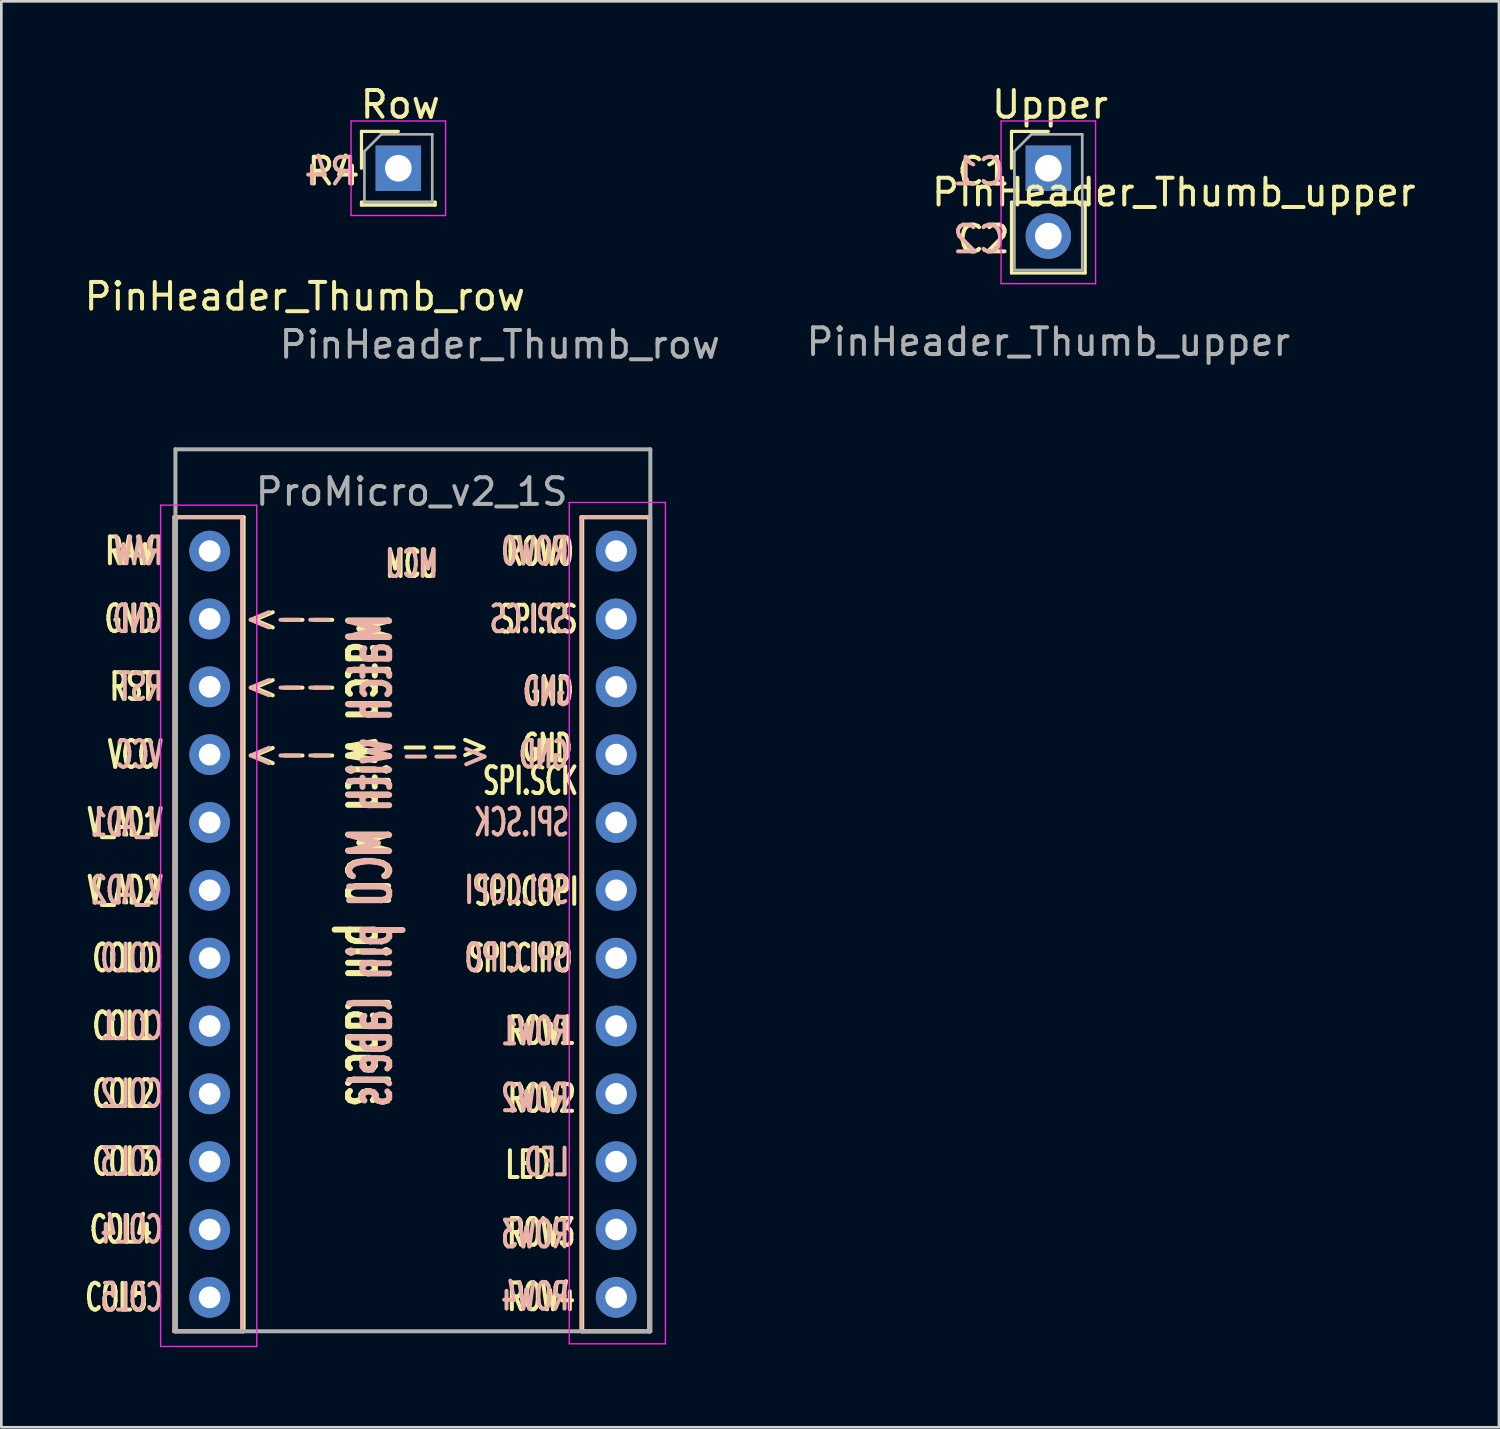
<source format=kicad_pcb>
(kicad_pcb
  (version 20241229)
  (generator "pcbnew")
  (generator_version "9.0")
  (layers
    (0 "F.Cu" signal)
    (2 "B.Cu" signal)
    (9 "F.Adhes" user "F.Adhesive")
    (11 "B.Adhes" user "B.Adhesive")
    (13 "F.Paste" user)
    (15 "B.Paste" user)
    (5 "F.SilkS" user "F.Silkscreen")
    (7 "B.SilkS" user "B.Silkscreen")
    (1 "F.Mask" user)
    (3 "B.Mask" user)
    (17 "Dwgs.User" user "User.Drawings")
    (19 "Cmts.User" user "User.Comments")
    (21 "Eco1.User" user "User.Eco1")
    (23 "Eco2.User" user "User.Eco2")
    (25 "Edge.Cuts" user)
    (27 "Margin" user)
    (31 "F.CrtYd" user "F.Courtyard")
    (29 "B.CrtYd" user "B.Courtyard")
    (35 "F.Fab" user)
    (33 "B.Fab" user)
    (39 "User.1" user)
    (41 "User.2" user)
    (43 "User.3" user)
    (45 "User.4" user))
  (footprint "PinHeader_Thumb_row"
    (layer "F.Cu")
    (at 11.863 3.25)
    (property "Reference" "PinHeader_Thumb_row" (at -3.5 4.8 0) (layer "F.SilkS") (effects (font (size 1 1) (thickness 0.15))))
    (attr through_hole)
    (fp_line (start -1.38 -1.38) (end 0 -1.38) (stroke (width 0.12) (type solid)) (layer "F.SilkS"))
    (fp_line (start -1.38 0) (end -1.38 -1.38) (stroke (width 0.12) (type solid)) (layer "F.SilkS"))
    (fp_line (start -1.38 1.27) (end -1.38 1.38) (stroke (width 0.12) (type solid)) (layer "F.SilkS"))
    (fp_line (start -1.38 1.27) (end 1.38 1.27) (stroke (width 0.12) (type solid)) (layer "F.SilkS"))
    (fp_line (start -1.38 1.38) (end 1.38 1.38) (stroke (width 0.12) (type solid)) (layer "F.SilkS"))
    (fp_line (start 1.38 1.27) (end 1.38 1.38) (stroke (width 0.12) (type solid)) (layer "F.SilkS"))
    (fp_line (start -1.77 -1.77) (end -1.77 1.77) (stroke (width 0.05) (type solid)) (layer "F.CrtYd"))
    (fp_line (start -1.77 1.77) (end 1.77 1.77) (stroke (width 0.05) (type solid)) (layer "F.CrtYd"))
    (fp_line (start 1.77 -1.77) (end -1.77 -1.77) (stroke (width 0.05) (type solid)) (layer "F.CrtYd"))
    (fp_line (start 1.77 1.77) (end 1.77 -1.77) (stroke (width 0.05) (type solid)) (layer "F.CrtYd"))
    (fp_line (start -1.27 -0.635) (end -0.635 -1.27) (stroke (width 0.1) (type solid)) (layer "F.Fab"))
    (fp_line (start -1.27 1.27) (end -1.27 -0.635) (stroke (width 0.1) (type solid)) (layer "F.Fab"))
    (fp_line (start -0.635 -1.27) (end 1.27 -1.27) (stroke (width 0.1) (type solid)) (layer "F.Fab"))
    (fp_line (start 1.27 -1.27) (end 1.27 1.27) (stroke (width 0.1) (type solid)) (layer "F.Fab"))
    (fp_line (start 1.27 1.27) (end -1.27 1.27) (stroke (width 0.1) (type solid)) (layer "F.Fab"))
    (fp_text user "Row" (at -1.5 -1.8 0) (unlocked yes) (layer "F.SilkS") (effects (font (size 1 1) (thickness 0.15)) (justify left bottom)))
    (fp_text user "R4" (at -3.5 0.7 0) (unlocked yes) (layer "F.SilkS") (effects (font (size 1 1) (thickness 0.15)) (justify left bottom)))
    (fp_text user "R4" (at -1.468 0.7 0) (unlocked yes) (layer "B.SilkS") (effects (font (size 1 1) (thickness 0.15)) (justify left bottom mirror)))
    (fp_text user "${REFERENCE}" (at 3.8 6.6 180) (layer "F.Fab") (effects (font (size 1 1) (thickness 0.15))))
    (pad "1" thru_hole rect (at 0 0) (size 1.7 1.7) (drill 1) (layers "*.Cu" "*.Mask")))
  (footprint "PinHeader_Thumb_upper"
    (layer "F.Cu")
    (at 36.199 3.25)
    (property "Reference" "PinHeader_Thumb_upper" (at 4.7 0.9 0) (layer "F.SilkS") (effects (font (size 1 1) (thickness 0.15))))
    (attr through_hole)
    (fp_line (start -1.38 -1.38) (end 0 -1.38) (stroke (width 0.12) (type solid)) (layer "F.SilkS"))
    (fp_line (start -1.38 0) (end -1.38 -1.38) (stroke (width 0.12) (type solid)) (layer "F.SilkS"))
    (fp_line (start -1.38 1.27) (end -1.38 3.92) (stroke (width 0.12) (type solid)) (layer "F.SilkS"))
    (fp_line (start -1.38 1.27) (end 1.38 1.27) (stroke (width 0.12) (type solid)) (layer "F.SilkS"))
    (fp_line (start -1.38 3.92) (end 1.38 3.92) (stroke (width 0.12) (type solid)) (layer "F.SilkS"))
    (fp_line (start 1.38 1.27) (end 1.38 3.92) (stroke (width 0.12) (type solid)) (layer "F.SilkS"))
    (fp_line (start -1.77 -1.77) (end -1.77 4.32) (stroke (width 0.05) (type solid)) (layer "F.CrtYd"))
    (fp_line (start -1.77 4.32) (end 1.77 4.32) (stroke (width 0.05) (type solid)) (layer "F.CrtYd"))
    (fp_line (start 1.77 -1.77) (end -1.77 -1.77) (stroke (width 0.05) (type solid)) (layer "F.CrtYd"))
    (fp_line (start 1.77 4.32) (end 1.77 -1.77) (stroke (width 0.05) (type solid)) (layer "F.CrtYd"))
    (fp_line (start -1.27 -0.635) (end -0.635 -1.27) (stroke (width 0.1) (type solid)) (layer "F.Fab"))
    (fp_line (start -1.27 3.81) (end -1.27 -0.635) (stroke (width 0.1) (type solid)) (layer "F.Fab"))
    (fp_line (start -0.635 -1.27) (end 1.27 -1.27) (stroke (width 0.1) (type solid)) (layer "F.Fab"))
    (fp_line (start 1.27 -1.27) (end 1.27 3.81) (stroke (width 0.1) (type solid)) (layer "F.Fab"))
    (fp_line (start 1.27 3.81) (end -1.27 3.81) (stroke (width 0.1) (type solid)) (layer "F.Fab"))
    (fp_text user "Upper" (at -2.2 -1.8 0) (unlocked yes) (layer "F.SilkS") (effects (font (size 1 1) (thickness 0.15)) (justify left bottom)))
    (fp_text user "C1" (at -3.5 0.7 0) (unlocked yes) (layer "F.SilkS") (effects (font (size 1 1) (thickness 0.15)) (justify left bottom)))
    (fp_text user "C2" (at -3.5 3.24 0) (unlocked yes) (layer "F.SilkS") (effects (font (size 1 1) (thickness 0.15)) (justify left bottom)))
    (fp_text user "C2" (at -1.519 3.24 0) (unlocked yes) (layer "B.SilkS") (effects (font (size 1 1) (thickness 0.15)) (justify left bottom mirror)))
    (fp_text user "C1" (at -1.519 0.7 0) (unlocked yes) (layer "B.SilkS") (effects (font (size 1 1) (thickness 0.15)) (justify left bottom mirror)))
    (fp_text user "${REFERENCE}" (at 0 6.5 180) (layer "F.Fab") (effects (font (size 1 1) (thickness 0.15))))
    (pad "1" thru_hole rect (at 0 0) (size 1.7 1.7) (drill 1) (layers "*.Cu" "*.Mask"))
    (pad "2" thru_hole circle (at 0 2.54) (size 1.7 1.7) (drill 1) (layers "*.Cu" "*.Mask")))
  (footprint "ProMicro_v2_1S"
    (layer "F.Cu")
    (at 12.363 32.061)
    (property "Reference" "ProMicro_v2_1S" (at 0 -16.7 0) (layer "F.Fab") (effects (font (size 1 1) (thickness 0.15))))
    (attr through_hole exclude_from_pos_files)
    (private_layers "User.9")
    (fp_line (start -8.834 -15.748) (end -6.294 -15.748) (stroke (width 0.15) (type solid)) (layer "F.SilkS"))
    (fp_line (start -8.834 14.732) (end -8.834 -15.748) (stroke (width 0.15) (type solid)) (layer "F.SilkS"))
    (fp_line (start -6.294 -15.748) (end -6.294 14.732) (stroke (width 0.15) (type solid)) (layer "F.SilkS"))
    (fp_line (start -6.294 14.732) (end -8.834 14.732) (stroke (width 0.15) (type solid)) (layer "F.SilkS"))
    (fp_line (start 6.386 -15.748) (end 8.926 -15.748) (stroke (width 0.15) (type solid)) (layer "F.SilkS"))
    (fp_line (start 6.386 14.732) (end 6.386 -15.748) (stroke (width 0.15) (type solid)) (layer "F.SilkS"))
    (fp_line (start 8.926 -15.748) (end 8.926 14.732) (stroke (width 0.15) (type solid)) (layer "F.SilkS"))
    (fp_line (start 8.926 14.732) (end 6.386 14.732) (stroke (width 0.15) (type solid)) (layer "F.SilkS"))
    (fp_line (start -8.89 -15.748) (end -6.35 -15.748) (stroke (width 0.15) (type solid)) (layer "B.SilkS"))
    (fp_line (start -8.89 14.732) (end -8.89 -15.748) (stroke (width 0.15) (type solid)) (layer "B.SilkS"))
    (fp_line (start -6.35 -15.748) (end -6.35 14.732) (stroke (width 0.15) (type solid)) (layer "B.SilkS"))
    (fp_line (start -6.35 14.732) (end -8.89 14.732) (stroke (width 0.15) (type solid)) (layer "B.SilkS"))
    (fp_line (start 6.35 -15.748) (end 8.89 -15.748) (stroke (width 0.15) (type solid)) (layer "B.SilkS"))
    (fp_line (start 6.35 14.732) (end 6.35 -15.748) (stroke (width 0.15) (type solid)) (layer "B.SilkS"))
    (fp_line (start 8.89 -15.748) (end 8.89 14.732) (stroke (width 0.15) (type solid)) (layer "B.SilkS"))
    (fp_line (start 8.89 14.732) (end 6.35 14.732) (stroke (width 0.15) (type solid)) (layer "B.SilkS"))
    (fp_line (start -9.139 -14.893) (end -9.138 14.281) (stroke (width 0.12) (type solid)) (layer "B.Adhes"))
    (fp_line (start -8.288 15.131) (end -6.989 15.132) (stroke (width 0.12) (type solid)) (layer "B.Adhes"))
    (fp_line (start -6.99 -15.742) (end -8.289 -15.743) (stroke (width 0.12) (type solid)) (layer "B.Adhes"))
    (fp_line (start -6.14 -14.892) (end -6.139 14.282) (stroke (width 0.12) (type solid)) (layer "B.Adhes"))
    (fp_line (start 6.087 -14.892) (end 6.088 14.282) (stroke (width 0.12) (type solid)) (layer "B.Adhes"))
    (fp_line (start 6.938 15.132) (end 8.237 15.133) (stroke (width 0.12) (type solid)) (layer "B.Adhes"))
    (fp_line (start 8.236 -15.741) (end 6.937 -15.742) (stroke (width 0.12) (type solid)) (layer "B.Adhes"))
    (fp_line (start 9.086 -14.891) (end 9.087 14.283) (stroke (width 0.12) (type solid)) (layer "B.Adhes"))
    (fp_arc (start -9.138959 -14.892959) (mid -8.89 -15.494) (end -8.288959 -15.742959) (stroke (width 0.12) (type solid)) (layer "B.Adhes"))
    (fp_arc (start -8.287918 15.131) (mid -8.888959 14.882041) (end -9.137918 14.281) (stroke (width 0.12) (type solid)) (layer "B.Adhes"))
    (fp_arc (start -6.99 -15.741918) (mid -6.388959 -15.492959) (end -6.14 -14.891918) (stroke (width 0.12) (type solid)) (layer "B.Adhes"))
    (fp_arc (start -6.138959 14.282041) (mid -6.387918 14.883082) (end -6.988959 15.132041) (stroke (width 0.12) (type solid)) (layer "B.Adhes"))
    (fp_arc (start 6.087082 -14.891918) (mid 6.336041 -15.492959) (end 6.937082 -15.741918) (stroke (width 0.12) (type solid)) (layer "B.Adhes"))
    (fp_arc (start 6.938123 15.132041) (mid 6.337062 14.8831) (end 6.088123 14.282041) (stroke (width 0.12) (type solid)) (layer "B.Adhes"))
    (fp_arc (start 8.236041 -15.740877) (mid 8.837086 -15.491923) (end 9.086041 -14.890877) (stroke (width 0.12) (type solid)) (layer "B.Adhes"))
    (fp_arc (start 9.087082 14.283082) (mid 8.838122 14.884122) (end 8.237082 15.133082) (stroke (width 0.12) (type solid)) (layer "B.Adhes"))
    (fp_line (start -9.4 -16.2) (end -5.8 -16.2) (stroke (width 0.05) (type solid)) (layer "F.CrtYd"))
    (fp_line (start -9.4 15.3) (end -9.4 -16.2) (stroke (width 0.05) (type solid)) (layer "F.CrtYd"))
    (fp_line (start -5.8 -16.2) (end -5.8 15.3) (stroke (width 0.05) (type solid)) (layer "F.CrtYd"))
    (fp_line (start -5.8 15.3) (end -9.4 15.3) (stroke (width 0.05) (type solid)) (layer "F.CrtYd"))
    (fp_line (start 5.9 -16.3) (end 9.5 -16.3) (stroke (width 0.05) (type solid)) (layer "F.CrtYd"))
    (fp_line (start 5.9 15.2) (end 5.9 -16.3) (stroke (width 0.05) (type solid)) (layer "F.CrtYd"))
    (fp_line (start 9.5 -16.3) (end 9.5 15.2) (stroke (width 0.05) (type solid)) (layer "F.CrtYd"))
    (fp_line (start 9.5 15.2) (end 5.9 15.2) (stroke (width 0.05) (type solid)) (layer "F.CrtYd"))
    (fp_line (start -8.845 -18.288) (end 8.935 -18.288) (stroke (width 0.15) (type solid)) (layer "F.Fab"))
    (fp_line (start -8.845 14.732) (end -8.845 -18.288) (stroke (width 0.15) (type solid)) (layer "F.Fab"))
    (fp_line (start 8.935 -18.288) (end 8.935 14.732) (stroke (width 0.15) (type solid)) (layer "F.Fab"))
    (fp_line (start 8.935 14.732) (end -8.845 14.732) (stroke (width 0.15) (type solid)) (layer "F.Fab"))
    (fp_text user "LED" (at 4.35 8.5 0) (layer "F.SilkS") (effects (font (size 1 0.6) (thickness 0.15))))
    (fp_text user "GND" (at -10.555 -11.938 0) (layer "F.SilkS") (effects (font (size 1 0.6) (thickness 0.15))))
    (fp_text user "Match with MCU pin labels" (at -1.7 -2.9 270) (unlocked yes) (layer "F.SilkS") (effects (font (size 1.5 0.9) (thickness 0.225))))
    (fp_text user "ROW0" (at 4.8 -14.45 0) (layer "F.SilkS") (effects (font (size 1 0.6) (thickness 0.15))))
    (fp_text user "MCU" (at 0 -14 0) (layer "F.SilkS") (effects (font (size 1 0.6) (thickness 0.15))))
    (fp_text user "V_AD2" (at -10.784 -1.778 0) (layer "F.SilkS") (effects (font (size 1 0.6) (thickness 0.15))))
    (fp_text user "ROW4" (at 4.85 13.45 0) (layer "F.SilkS") (effects (font (size 1 0.6) (thickness 0.15))))
    (fp_text user "COL1" (at -10.784 3.302 0) (layer "F.SilkS") (effects (font (size 1 0.6) (thickness 0.15))))
    (fp_text user "RST" (at -10.455 -9.398 0) (layer "F.SilkS") (effects (font (size 1 0.6) (thickness 0.15))))
    (fp_text user "<--" (at -6.2 -6.898 0) (unlocked yes) (layer "F.SilkS") (effects (font (size 1 0.9) (thickness 0.15)) (justify left)))
    (fp_text user "COL0" (at -10.784 0.762 0) (layer "F.SilkS") (effects (font (size 1 0.6) (thickness 0.15))))
    (fp_text user "COL3" (at -10.784 8.382 0) (layer "F.SilkS") (effects (font (size 1 0.6) (thickness 0.15))))
    (fp_text user "SPI.CIPO" (at 4.064 0.767 0) (layer "F.SilkS") (effects (font (size 1 0.6) (thickness 0.15))))
    (fp_text user "ROW3" (at 4.85 11.037 0) (layer "F.SilkS") (effects (font (size 1 0.6) (thickness 0.15))))
    (fp_text user "ROW1" (at 4.875 3.482 0) (layer "F.SilkS") (effects (font (size 1 0.6) (thickness 0.15))))
    (fp_text user "SPI.SCK" (at 4.45 -5.875 0) (layer "F.SilkS") (effects (font (size 1 0.6) (thickness 0.15))))
    (fp_text user "GND" (at 5.125 -9.25 0) (layer "F.SilkS") (effects (font (size 1 0.6) (thickness 0.15))))
    (fp_text user "GND" (at 5.075 -7.1 0) (layer "F.SilkS") (effects (font (size 1 0.6) (thickness 0.15))))
    (fp_text user "<--" (at -6.2 -9.438 0) (unlocked yes) (layer "F.SilkS") (effects (font (size 1 0.9) (thickness 0.15)) (justify left)))
    (fp_text user "RAW" (at -10.541 -14.478 0) (unlocked yes) (layer "F.SilkS") (effects (font (size 1 0.6) (thickness 0.15))))
    (fp_text user "COL4" (at -10.884 10.922 0) (layer "F.SilkS") (effects (font (size 1 0.6) (thickness 0.15))))
    (fp_text user "COL5" (at -11.055 13.462 0) (layer "F.SilkS") (effects (font (size 1 0.6) (thickness 0.15))))
    (fp_text user "SPI.CS" (at 4.725 -11.925 0) (layer "F.SilkS") (effects (font (size 1 0.6) (thickness 0.15))))
    (fp_text user "VCC" (at -10.498 -6.858 0) (layer "F.SilkS") (effects (font (size 1 0.6) (thickness 0.15))))
    (fp_text user "COL2" (at -10.784 5.842 0) (layer "F.SilkS") (effects (font (size 1 0.6) (thickness 0.15))))
    (fp_text user "<--" (at -6.2 -11.978 0) (unlocked yes) (layer "F.SilkS") (effects (font (size 1 0.9) (thickness 0.15)) (justify left)))
    (fp_text user "V_AD1" (at -10.784 -4.318 0) (layer "F.SilkS") (effects (font (size 1 0.6) (thickness 0.15))))
    (fp_text user "-->" (at 3 -7.2 0) (unlocked yes) (layer "F.SilkS") (effects (font (size 1 0.9) (thickness 0.15)) (justify right)))
    (fp_text user "SPI.COPI" (at 4.3 -1.725 0) (layer "F.SilkS") (effects (font (size 1 0.6) (thickness 0.15))))
    (fp_text user "ROW2" (at 4.875 6.022 0) (layer "F.SilkS") (effects (font (size 1 0.6) (thickness 0.15))))
    (fp_text user "-->" (at -2.8 -11.98 0) (unlocked yes) (layer "B.SilkS") (effects (font (size 1 0.9) (thickness 0.15)) (justify left mirror)))
    (fp_text user "RST" (at -10.154 -9.398 0) (layer "B.SilkS") (effects (font (size 1 0.6) (thickness 0.15)) (justify mirror)))
    (fp_text user "SPI.SCK" (at 4.108 -4.325 0) (layer "B.SilkS") (effects (font (size 1 0.6) (thickness 0.15)) (justify mirror)))
    (fp_text user "MCU" (at 0 -14 0) (layer "B.SilkS") (effects (font (size 1 0.6) (thickness 0.15)) (justify mirror)))
    (fp_text user "GND" (at 4.951 -6.862 0) (layer "B.SilkS") (effects (font (size 1 0.6) (thickness 0.15)) (justify mirror)))
    (fp_text user "COL0" (at -10.482 0.762 0) (layer "B.SilkS") (effects (font (size 1 0.6) (thickness 0.15)) (justify mirror)))
    (fp_text user "LED" (at 5.051 8.4 0) (layer "B.SilkS") (effects (font (size 1 0.6) (thickness 0.15)) (justify mirror)))
    (fp_text user "-->" (at -2.8 -6.9 0) (unlocked yes) (layer "B.SilkS") (effects (font (size 1 0.9) (thickness 0.15)) (justify left mirror)))
    (fp_text user "VCC" (at -10.197 -6.858 0) (layer "B.SilkS") (effects (font (size 1 0.6) (thickness 0.15)) (justify mirror)))
    (fp_text user "COL4" (at -10.482 10.922 0) (layer "B.SilkS") (effects (font (size 1 0.6) (thickness 0.15)) (justify mirror)))
    (fp_text user "ROW0" (at 4.622 -14.471 0) (layer "B.SilkS") (effects (font (size 1 0.6) (thickness 0.15)) (justify mirror)))
    (fp_text user "GND" (at 5.1 -9.2 0) (layer "B.SilkS") (effects (font (size 1 0.6) (thickness 0.15)) (justify mirror)))
    (fp_text user "SPI.CIPO" (at 3.936 0.747 0) (layer "B.SilkS") (effects (font (size 1 0.6) (thickness 0.15)) (justify mirror)))
    (fp_text user "Match with MCU pin labels" (at -1.524 -2.886 90) (unlocked yes) (layer "B.SilkS") (effects (font (size 1.5 0.9) (thickness 0.225)) (justify mirror)))
    (fp_text user "GND" (at -10.254 -11.938 0) (layer "B.SilkS") (effects (font (size 1 0.6) (thickness 0.15)) (justify mirror)))
    (fp_text user "SPI.CS" (at 4.408 -11.934 0) (layer "B.SilkS") (effects (font (size 1 0.6) (thickness 0.15)) (justify mirror)))
    (fp_text user "COL5" (at -10.482 13.462 0) (layer "B.SilkS") (effects (font (size 1 0.6) (thickness 0.15)) (justify mirror)))
    (fp_text user "ROW1" (at 4.622 3.5 0) (layer "B.SilkS") (effects (font (size 1 0.6) (thickness 0.15)) (justify mirror)))
    (fp_text user "ROW2" (at 4.622 6 0) (layer "B.SilkS") (effects (font (size 1 0.6) (thickness 0.15)) (justify mirror)))
    (fp_text user "RAW" (at -10.239 -14.478 0) (unlocked yes) (layer "B.SilkS") (effects (font (size 1 0.6) (thickness 0.15)) (justify mirror)))
    (fp_text user "COL2" (at -10.482 5.842 0) (layer "B.SilkS") (effects (font (size 1 0.6) (thickness 0.15)) (justify mirror)))
    (fp_text user "COL3" (at -10.482 8.382 0) (layer "B.SilkS") (effects (font (size 1 0.6) (thickness 0.15)) (justify mirror)))
    (fp_text user "COL1" (at -10.482 3.302 0) (layer "B.SilkS") (effects (font (size 1 0.6) (thickness 0.15)) (justify mirror)))
    (fp_text user "-->" (at -2.8 -9.44 0) (unlocked yes) (layer "B.SilkS") (effects (font (size 1 0.9) (thickness 0.15)) (justify left mirror)))
    (fp_text user "ROW4" (at 4.622 13.429 0) (layer "B.SilkS") (effects (font (size 1 0.6) (thickness 0.15)) (justify mirror)))
    (fp_text user "V_AD2" (at -10.668 -1.778 0) (layer "B.SilkS") (effects (font (size 1 0.6) (thickness 0.15)) (justify mirror)))
    (fp_text user "V_AD1" (at -10.668 -4.318 0) (layer "B.SilkS") (effects (font (size 1 0.6) (thickness 0.15)) (justify mirror)))
    (fp_text user "ROW3" (at 4.622 11.1 0) (layer "B.SilkS") (effects (font (size 1 0.6) (thickness 0.15)) (justify mirror)))
    (fp_text user "SPI.COPI" (at 3.936 -1.789 0) (layer "B.SilkS") (effects (font (size 1 0.6) (thickness 0.15)) (justify mirror)))
    (fp_text user "<--" (at 1.27 -6.858 0) (unlocked yes) (layer "B.SilkS") (effects (font (size 1 0.9) (thickness 0.15)) (justify mirror)))
    (fp_text_box "Face down, non reversable" (start -11.938 -21.844) (end 10.922 -19.304) (margins 0.8 0.8 0.8 0.8) (layer "User.9") (effects (font (size 1 1) (thickness 0.15)) (justify left top)) (border yes) (stroke (width 0.1) (type solid)))
    (pad "1" thru_hole circle (at 7.656 -14.478) (size 1.524 1.524) (drill 0.813) (layers "*.Cu" "B.Mask"))
    (pad "2" thru_hole circle (at 7.656 -11.938) (size 1.524 1.524) (drill 0.813) (layers "*.Cu" "B.Mask"))
    (pad "3" thru_hole circle (at 7.656 -9.398) (size 1.524 1.524) (drill 0.813) (layers "*.Cu" "B.Mask"))
    (pad "4" thru_hole circle (at 7.656 -6.858) (size 1.524 1.524) (drill 0.813) (layers "*.Cu" "B.Mask"))
    (pad "5" thru_hole circle (at 7.656 -4.318) (size 1.524 1.524) (drill 0.813) (layers "*.Cu" "B.Mask"))
    (pad "6" thru_hole circle (at 7.656 -1.778) (size 1.524 1.524) (drill 0.813) (layers "*.Cu" "B.Mask"))
    (pad "7" thru_hole circle (at 7.656 0.762) (size 1.524 1.524) (drill 0.813) (layers "*.Cu" "B.Mask"))
    (pad "8" thru_hole circle (at 7.656 3.302) (size 1.524 1.524) (drill 0.813) (layers "*.Cu" "B.Mask"))
    (pad "9" thru_hole circle (at 7.656 5.842) (size 1.524 1.524) (drill 0.813) (layers "*.Cu" "B.Mask"))
    (pad "10" thru_hole circle (at 7.656 8.382) (size 1.524 1.524) (drill 0.813) (layers "*.Cu" "B.Mask"))
    (pad "11" thru_hole circle (at 7.656 10.922) (size 1.524 1.524) (drill 0.813) (layers "*.Cu" "B.Mask"))
    (pad "12" thru_hole circle (at 7.656 13.462) (size 1.524 1.524) (drill 0.813) (layers "*.Cu" "B.Mask"))
    (pad "13" thru_hole circle (at -7.564 13.462) (size 1.524 1.524) (drill 0.813) (layers "*.Cu" "B.Mask"))
    (pad "14" thru_hole circle (at -7.564 10.922) (size 1.524 1.524) (drill 0.813) (layers "*.Cu" "B.Mask"))
    (pad "15" thru_hole circle (at -7.564 8.382) (size 1.524 1.524) (drill 0.813) (layers "*.Cu" "B.Mask"))
    (pad "16" thru_hole circle (at -7.564 5.842) (size 1.524 1.524) (drill 0.813) (layers "*.Cu" "B.Mask"))
    (pad "17" thru_hole circle (at -7.564 3.302) (size 1.524 1.524) (drill 0.813) (layers "*.Cu" "B.Mask"))
    (pad "18" thru_hole circle (at -7.564 0.762) (size 1.524 1.524) (drill 0.813) (layers "*.Cu" "B.Mask"))
    (pad "19" thru_hole circle (at -7.564 -1.778) (size 1.524 1.524) (drill 0.813) (layers "*.Cu" "B.Mask"))
    (pad "20" thru_hole circle (at -7.564 -4.318) (size 1.524 1.524) (drill 0.813) (layers "*.Cu" "B.Mask"))
    (pad "21" thru_hole circle (at -7.564 -6.858) (size 1.524 1.524) (drill 0.813) (layers "*.Cu" "B.Mask"))
    (pad "22" thru_hole circle (at -7.564 -9.398) (size 1.524 1.524) (drill 0.813) (layers "*.Cu" "B.Mask"))
    (pad "23" thru_hole circle (at -7.564 -11.938) (size 1.524 1.524) (drill 0.813) (layers "*.Cu" "B.Mask"))
    (pad "24" thru_hole circle (at -7.564 -14.478) (size 1.524 1.524) (drill 0.813) (layers "*.Cu" "B.Mask")))
  (gr_rect
    (start -3 -3)
    (end 53.071 50.386)
    (stroke (width 0.1) (type default))
    (fill no)
    (layer "Edge.Cuts")))
</source>
